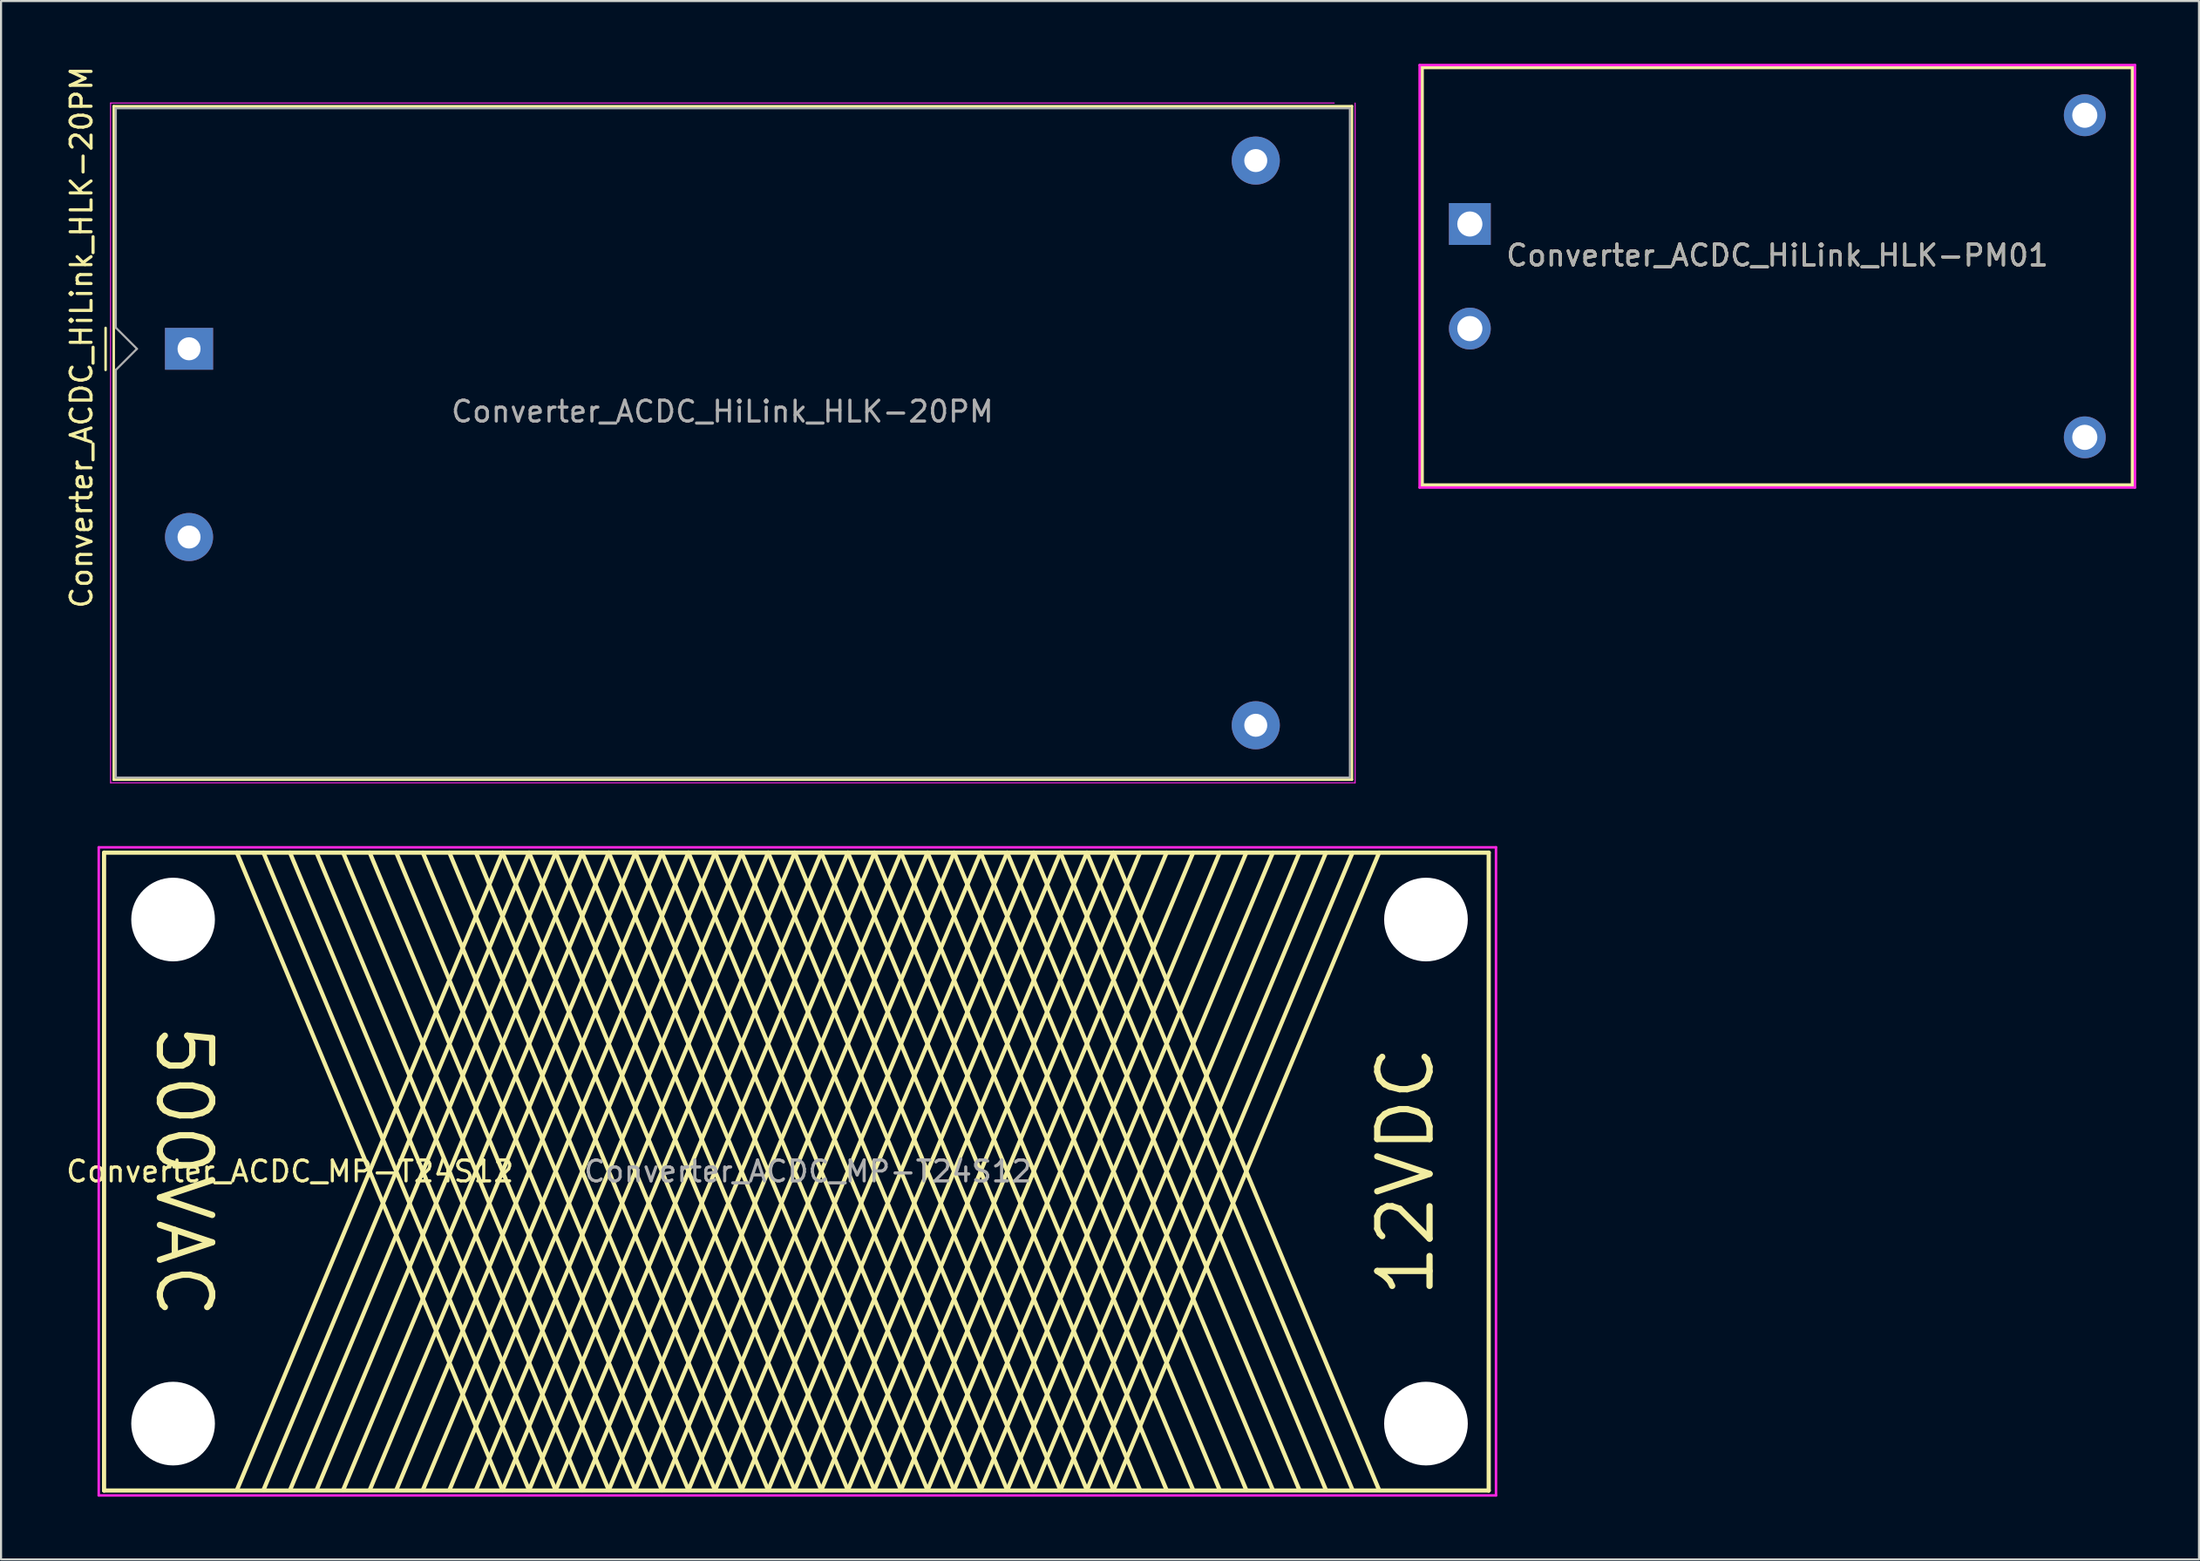
<source format=kicad_pcb>
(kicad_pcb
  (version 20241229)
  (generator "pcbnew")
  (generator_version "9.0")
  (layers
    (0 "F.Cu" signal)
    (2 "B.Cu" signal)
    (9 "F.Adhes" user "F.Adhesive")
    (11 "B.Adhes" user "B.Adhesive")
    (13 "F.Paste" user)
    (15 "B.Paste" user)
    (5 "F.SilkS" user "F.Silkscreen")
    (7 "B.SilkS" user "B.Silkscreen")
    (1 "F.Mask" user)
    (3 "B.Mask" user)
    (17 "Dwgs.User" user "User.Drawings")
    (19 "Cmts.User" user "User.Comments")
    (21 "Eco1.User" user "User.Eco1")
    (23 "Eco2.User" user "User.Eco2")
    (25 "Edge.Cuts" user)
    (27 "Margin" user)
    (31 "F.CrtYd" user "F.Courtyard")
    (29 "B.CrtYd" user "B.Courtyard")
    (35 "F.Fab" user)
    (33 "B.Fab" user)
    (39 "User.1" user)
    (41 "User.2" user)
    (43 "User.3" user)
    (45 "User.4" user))
  (footprint "Converter_ACDC_HiLink_HLK-PM01"
    (layer "F.Cu")
    (at 81.923 10.16)
    (property "Reference" "Converter_ACDC_HiLink_HLK-PM01" (at 0 -1 180) (layer "F.SilkS") (effects (font (size 1 1) (thickness 0.15))))
    (attr through_hole)
    (fp_line (start -17 -10) (end -17 10) (stroke (width 0.2) (type solid)) (layer "F.SilkS"))
    (fp_line (start -17 10) (end 17 10) (stroke (width 0.2) (type solid)) (layer "F.SilkS"))
    (fp_line (start 17 -10) (end -17 -10) (stroke (width 0.2) (type solid)) (layer "F.SilkS"))
    (fp_line (start 17 -10) (end 17 10) (stroke (width 0.2) (type solid)) (layer "F.SilkS"))
    (fp_line (start -17.1 -10.1) (end -17.1 10.1) (stroke (width 0.12) (type solid)) (layer "F.CrtYd"))
    (fp_line (start -17.1 10.1) (end 17.1 10.1) (stroke (width 0.12) (type solid)) (layer "F.CrtYd"))
    (fp_line (start 17.1 -10.1) (end -17.1 -10.1) (stroke (width 0.12) (type solid)) (layer "F.CrtYd"))
    (fp_line (start 17.1 10.1) (end 17.1 -10.1) (stroke (width 0.12) (type solid)) (layer "F.CrtYd"))
    (fp_text user "${REFERENCE}" (at 0 -1 0) (layer "F.Fab") (effects (font (size 1 1) (thickness 0.15))))
    (pad "1" thru_hole rect (at -14.7 -2.5) (size 2 2) (drill 1.2) (layers "*.Cu" "*.Mask"))
    (pad "2" thru_hole circle (at -14.7 2.5) (size 2 2) (drill 1.2) (layers "*.Cu" "*.Mask"))
    (pad "3" thru_hole circle (at 14.7 -7.7) (size 2 2) (drill 1.2) (layers "*.Cu" "*.Mask"))
    (pad "4" thru_hole circle (at 14.7 7.7) (size 2 2) (drill 1.2) (layers "*.Cu" "*.Mask")))
  (footprint "Converter_ACDC_HiLink_HLK-20PM"
    (layer "F.Cu")
    (at 31.488 18.127)
    (property "Reference" "Converter_ACDC_HiLink_HLK-20PM" (at -30.64 -5.05 90) (layer "F.SilkS") (effects (font (size 1 1) (thickness 0.15))))
    (attr through_hole)
    (fp_line (start -29.49 -5.5) (end -29.49 -3.49) (stroke (width 0.12) (type solid)) (layer "F.SilkS"))
    (fp_line (start -29.1 -16.1) (end -29.1 16.1) (stroke (width 0.12) (type solid)) (layer "F.SilkS"))
    (fp_line (start -29.1 16.1) (end 30.1 16.1) (stroke (width 0.12) (type solid)) (layer "F.SilkS"))
    (fp_line (start 30.1 -16.1) (end -29.1 -16.1) (stroke (width 0.12) (type solid)) (layer "F.SilkS"))
    (fp_line (start 30.1 16.1) (end 30.1 -16.1) (stroke (width 0.12) (type solid)) (layer "F.SilkS"))
    (fp_line (start -29.25 -16.25) (end -29.25 16.25) (stroke (width 0.05) (type solid)) (layer "F.CrtYd"))
    (fp_line (start -29.25 16.25) (end 30.25 16.25) (stroke (width 0.05) (type solid)) (layer "F.CrtYd"))
    (fp_line (start 29.25 -16.25) (end -29.25 -16.25) (stroke (width 0.05) (type solid)) (layer "F.CrtYd"))
    (fp_line (start 30.25 16.25) (end 30.25 -16.25) (stroke (width 0.05) (type solid)) (layer "F.CrtYd"))
    (fp_line (start -29 -16) (end 30 -16) (stroke (width 0.1) (type solid)) (layer "F.Fab"))
    (fp_line (start -29 -5.5) (end -29 -16) (stroke (width 0.1) (type solid)) (layer "F.Fab"))
    (fp_line (start -29 16) (end -29 -3.5) (stroke (width 0.1) (type solid)) (layer "F.Fab"))
    (fp_line (start -29 16) (end 30 16) (stroke (width 0.1) (type solid)) (layer "F.Fab"))
    (fp_line (start -28.99 -5.5) (end -27.99 -4.5) (stroke (width 0.1) (type solid)) (layer "F.Fab"))
    (fp_line (start -27.99 -4.5) (end -28.99 -3.5) (stroke (width 0.1) (type solid)) (layer "F.Fab"))
    (fp_line (start 30 16) (end 30 -16) (stroke (width 0.1) (type solid)) (layer "F.Fab"))
    (fp_text user "${REFERENCE}" (at 0 -1.5 0) (layer "F.Fab") (effects (font (size 1 1) (thickness 0.15))))
    (pad "1" thru_hole rect (at -25.5 -4.5) (size 2.3 2) (drill 1.1) (layers "*.Cu" "*.Mask"))
    (pad "2" thru_hole circle (at -25.5 4.5) (size 2.3 2.3) (drill 1.1) (layers "*.Cu" "*.Mask"))
    (pad "3" thru_hole circle (at 25.5 -13.5) (size 2.3 2.3) (drill 1.1) (layers "*.Cu" "*.Mask"))
    (pad "4" thru_hole circle (at 25.5 13.5) (size 2.3 2.3) (drill 1.1) (layers "*.Cu" "*.Mask")))
  (footprint "Converter_ACDC_MP-T24S12"
    (layer "F.Cu")
    (at 1.925 37.716)
    (property "Reference" "Converter_ACDC_MP-T24S12" (at 8.89 15.24 0) (layer "F.SilkS") (effects (font (size 1 1) (thickness 0.15))))
    (attr through_hole)
    (fp_line (start 0 0) (end 0 30.5) (stroke (width 0.2) (type solid)) (layer "F.SilkS"))
    (fp_line (start 0 0) (end 66.2 0) (stroke (width 0.2) (type solid)) (layer "F.SilkS"))
    (fp_line (start 0 30.5) (end 66.2 30.5) (stroke (width 0.2) (type solid)) (layer "F.SilkS"))
    (fp_line (start 19.05 0) (end 6.35 30.48) (stroke (width 0.2) (type solid)) (layer "F.SilkS"))
    (fp_line (start 19.05 0) (end 31.75 30.48) (stroke (width 0.2) (type solid)) (layer "F.SilkS"))
    (fp_line (start 19.05 30.48) (end 6.35 0) (stroke (width 0.2) (type solid)) (layer "F.SilkS"))
    (fp_line (start 20.32 0) (end 7.62 30.48) (stroke (width 0.2) (type solid)) (layer "F.SilkS"))
    (fp_line (start 20.32 0) (end 33.02 30.48) (stroke (width 0.2) (type solid)) (layer "F.SilkS"))
    (fp_line (start 20.32 30.48) (end 7.62 0) (stroke (width 0.2) (type solid)) (layer "F.SilkS"))
    (fp_line (start 21.59 0) (end 8.89 30.48) (stroke (width 0.2) (type solid)) (layer "F.SilkS"))
    (fp_line (start 21.59 0) (end 34.29 30.48) (stroke (width 0.2) (type solid)) (layer "F.SilkS"))
    (fp_line (start 21.59 30.48) (end 8.89 0) (stroke (width 0.2) (type solid)) (layer "F.SilkS"))
    (fp_line (start 22.86 0) (end 10.16 30.48) (stroke (width 0.2) (type solid)) (layer "F.SilkS"))
    (fp_line (start 22.86 0) (end 35.56 30.48) (stroke (width 0.2) (type solid)) (layer "F.SilkS"))
    (fp_line (start 22.86 30.48) (end 10.16 0) (stroke (width 0.2) (type solid)) (layer "F.SilkS"))
    (fp_line (start 24.13 0) (end 11.43 30.48) (stroke (width 0.2) (type solid)) (layer "F.SilkS"))
    (fp_line (start 24.13 0) (end 36.83 30.48) (stroke (width 0.2) (type solid)) (layer "F.SilkS"))
    (fp_line (start 24.13 30.48) (end 11.43 0) (stroke (width 0.2) (type solid)) (layer "F.SilkS"))
    (fp_line (start 25.4 0) (end 12.7 30.48) (stroke (width 0.2) (type solid)) (layer "F.SilkS"))
    (fp_line (start 25.4 0) (end 38.1 30.48) (stroke (width 0.2) (type solid)) (layer "F.SilkS"))
    (fp_line (start 25.4 30.48) (end 12.7 0) (stroke (width 0.2) (type solid)) (layer "F.SilkS"))
    (fp_line (start 26.67 0) (end 13.97 30.48) (stroke (width 0.2) (type solid)) (layer "F.SilkS"))
    (fp_line (start 26.67 30.48) (end 13.97 0) (stroke (width 0.2) (type solid)) (layer "F.SilkS"))
    (fp_line (start 27.94 0) (end 15.24 30.48) (stroke (width 0.2) (type solid)) (layer "F.SilkS"))
    (fp_line (start 27.94 30.48) (end 15.24 0) (stroke (width 0.2) (type solid)) (layer "F.SilkS"))
    (fp_line (start 29.21 0) (end 16.51 30.48) (stroke (width 0.2) (type solid)) (layer "F.SilkS"))
    (fp_line (start 29.21 30.48) (end 16.51 0) (stroke (width 0.2) (type solid)) (layer "F.SilkS"))
    (fp_line (start 30.48 0) (end 17.78 30.48) (stroke (width 0.2) (type solid)) (layer "F.SilkS"))
    (fp_line (start 30.48 30.48) (end 17.78 0) (stroke (width 0.2) (type solid)) (layer "F.SilkS"))
    (fp_line (start 31.75 0) (end 19.05 30.48) (stroke (width 0.2) (type solid)) (layer "F.SilkS"))
    (fp_line (start 33.02 0) (end 20.32 30.48) (stroke (width 0.2) (type solid)) (layer "F.SilkS"))
    (fp_line (start 34.29 0) (end 21.59 30.48) (stroke (width 0.2) (type solid)) (layer "F.SilkS"))
    (fp_line (start 35.56 0) (end 22.86 30.48) (stroke (width 0.2) (type solid)) (layer "F.SilkS"))
    (fp_line (start 36.83 0) (end 24.13 30.48) (stroke (width 0.2) (type solid)) (layer "F.SilkS"))
    (fp_line (start 36.83 0) (end 49.53 30.48) (stroke (width 0.2) (type solid)) (layer "F.SilkS"))
    (fp_line (start 38.1 0) (end 25.4 30.48) (stroke (width 0.2) (type solid)) (layer "F.SilkS"))
    (fp_line (start 38.1 0) (end 50.8 30.48) (stroke (width 0.2) (type solid)) (layer "F.SilkS"))
    (fp_line (start 39.37 0) (end 26.67 30.48) (stroke (width 0.2) (type solid)) (layer "F.SilkS"))
    (fp_line (start 39.37 0) (end 52.07 30.48) (stroke (width 0.2) (type solid)) (layer "F.SilkS"))
    (fp_line (start 39.37 30.48) (end 26.67 0) (stroke (width 0.2) (type solid)) (layer "F.SilkS"))
    (fp_line (start 40.64 0) (end 27.94 30.48) (stroke (width 0.2) (type solid)) (layer "F.SilkS"))
    (fp_line (start 40.64 0) (end 53.34 30.48) (stroke (width 0.2) (type solid)) (layer "F.SilkS"))
    (fp_line (start 40.64 30.48) (end 27.94 0) (stroke (width 0.2) (type solid)) (layer "F.SilkS"))
    (fp_line (start 41.91 0) (end 29.21 30.48) (stroke (width 0.2) (type solid)) (layer "F.SilkS"))
    (fp_line (start 41.91 0) (end 54.61 30.48) (stroke (width 0.2) (type solid)) (layer "F.SilkS"))
    (fp_line (start 41.91 30.48) (end 29.21 0) (stroke (width 0.2) (type solid)) (layer "F.SilkS"))
    (fp_line (start 43.18 0) (end 30.48 30.48) (stroke (width 0.2) (type solid)) (layer "F.SilkS"))
    (fp_line (start 43.18 0) (end 55.88 30.48) (stroke (width 0.2) (type solid)) (layer "F.SilkS"))
    (fp_line (start 43.18 30.48) (end 30.48 0) (stroke (width 0.2) (type solid)) (layer "F.SilkS"))
    (fp_line (start 44.45 0) (end 31.75 30.48) (stroke (width 0.2) (type solid)) (layer "F.SilkS"))
    (fp_line (start 44.45 0) (end 57.15 30.48) (stroke (width 0.2) (type solid)) (layer "F.SilkS"))
    (fp_line (start 44.45 30.48) (end 31.75 0) (stroke (width 0.2) (type solid)) (layer "F.SilkS"))
    (fp_line (start 45.72 0) (end 33.02 30.48) (stroke (width 0.2) (type solid)) (layer "F.SilkS"))
    (fp_line (start 45.72 0) (end 58.42 30.48) (stroke (width 0.2) (type solid)) (layer "F.SilkS"))
    (fp_line (start 45.72 30.48) (end 33.02 0) (stroke (width 0.2) (type solid)) (layer "F.SilkS"))
    (fp_line (start 46.99 0) (end 34.29 30.48) (stroke (width 0.2) (type solid)) (layer "F.SilkS"))
    (fp_line (start 46.99 0) (end 59.69 30.48) (stroke (width 0.2) (type solid)) (layer "F.SilkS"))
    (fp_line (start 46.99 30.48) (end 34.29 0) (stroke (width 0.2) (type solid)) (layer "F.SilkS"))
    (fp_line (start 48.26 0) (end 35.56 30.48) (stroke (width 0.2) (type solid)) (layer "F.SilkS"))
    (fp_line (start 48.26 0) (end 60.96 30.48) (stroke (width 0.2) (type solid)) (layer "F.SilkS"))
    (fp_line (start 48.26 30.48) (end 35.56 0) (stroke (width 0.2) (type solid)) (layer "F.SilkS"))
    (fp_line (start 49.53 0) (end 36.83 30.48) (stroke (width 0.2) (type solid)) (layer "F.SilkS"))
    (fp_line (start 50.8 0) (end 38.1 30.48) (stroke (width 0.2) (type solid)) (layer "F.SilkS"))
    (fp_line (start 52.07 0) (end 39.37 30.48) (stroke (width 0.2) (type solid)) (layer "F.SilkS"))
    (fp_line (start 53.34 0) (end 40.64 30.48) (stroke (width 0.2) (type solid)) (layer "F.SilkS"))
    (fp_line (start 54.61 0) (end 41.91 30.48) (stroke (width 0.2) (type solid)) (layer "F.SilkS"))
    (fp_line (start 55.88 0) (end 43.18 30.48) (stroke (width 0.2) (type solid)) (layer "F.SilkS"))
    (fp_line (start 57.15 0) (end 44.45 30.48) (stroke (width 0.2) (type solid)) (layer "F.SilkS"))
    (fp_line (start 58.42 0) (end 45.72 30.48) (stroke (width 0.2) (type solid)) (layer "F.SilkS"))
    (fp_line (start 59.69 0) (end 46.99 30.48) (stroke (width 0.2) (type solid)) (layer "F.SilkS"))
    (fp_line (start 60.96 0) (end 48.26 30.48) (stroke (width 0.2) (type solid)) (layer "F.SilkS"))
    (fp_line (start 66.2 0) (end 66.2 30.5) (stroke (width 0.2) (type solid)) (layer "F.SilkS"))
    (fp_line (start -0.254 -0.254) (end 66.548 -0.254) (stroke (width 0.12) (type solid)) (layer "F.CrtYd"))
    (fp_line (start -0.254 30.734) (end -0.254 -0.254) (stroke (width 0.12) (type solid)) (layer "F.CrtYd"))
    (fp_line (start 66.548 -0.254) (end 66.548 30.734) (stroke (width 0.12) (type solid)) (layer "F.CrtYd"))
    (fp_line (start 66.548 30.734) (end -0.254 30.734) (stroke (width 0.12) (type solid)) (layer "F.CrtYd"))
    (fp_text user "500VAC" (at 3.81 15.24 270) (unlocked yes) (layer "F.SilkS") (effects (font (size 2.5 2.5) (thickness 0.3))))
    (fp_text user "12VDC" (at 62.23 15.24 90) (layer "F.SilkS") (effects (font (size 2.5 2.5) (thickness 0.3))))
    (fp_text user "${REFERENCE}" (at 22.86 15.24 0) (layer "F.Fab") (effects (font (size 1 1) (thickness 0.15)) (justify left)))
    (pad "" np_thru_hole circle (at 3.3 3.2) (size 4 4) (drill 4) (layers "*.Cu" "*.Mask"))
    (pad "" np_thru_hole circle (at 3.3 27.3) (size 4 4) (drill 4) (layers "*.Cu" "*.Mask"))
    (pad "" np_thru_hole circle (at 63.2 3.2) (size 4 4) (drill 4) (layers "*.Cu" "*.Mask"))
    (pad "" np_thru_hole circle (at 63.2 27.3) (size 4 4) (drill 4) (layers "*.Cu" "*.Mask")))
  (gr_rect
    (start -3 -3)
    (end 102.083 71.51)
    (stroke (width 0.1) (type default))
    (fill no)
    (layer "Edge.Cuts")))
</source>
